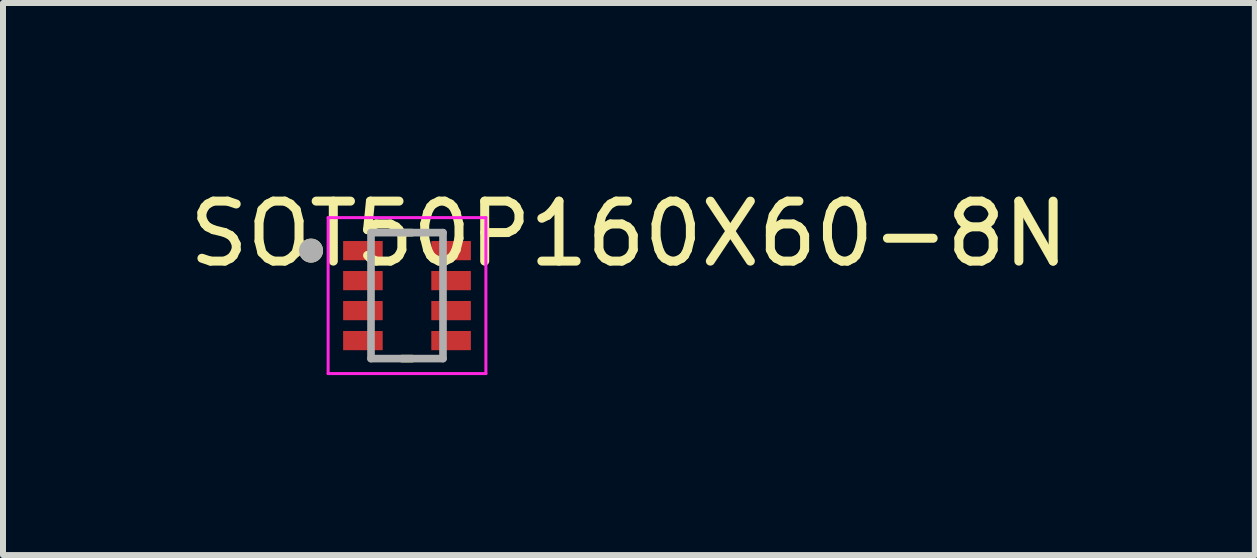
<source format=kicad_pcb>
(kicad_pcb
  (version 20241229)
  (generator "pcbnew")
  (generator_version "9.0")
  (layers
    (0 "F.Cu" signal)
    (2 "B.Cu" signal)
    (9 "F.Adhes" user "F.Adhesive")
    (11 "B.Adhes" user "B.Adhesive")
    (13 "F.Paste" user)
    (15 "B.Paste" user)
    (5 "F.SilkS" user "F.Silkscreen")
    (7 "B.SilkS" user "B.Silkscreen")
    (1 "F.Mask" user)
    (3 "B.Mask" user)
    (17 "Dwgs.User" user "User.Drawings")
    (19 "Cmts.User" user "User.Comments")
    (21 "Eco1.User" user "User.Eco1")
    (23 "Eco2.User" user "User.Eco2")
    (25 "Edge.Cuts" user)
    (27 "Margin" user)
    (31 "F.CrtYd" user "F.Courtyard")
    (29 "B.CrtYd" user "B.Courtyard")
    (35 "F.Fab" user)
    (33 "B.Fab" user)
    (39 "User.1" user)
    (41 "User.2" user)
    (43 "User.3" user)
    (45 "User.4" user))
  (footprint "SOT50P160X60-8N"
    (layer "F.Cu")
    (at 3.735 1.878)
    (property "Reference" "SOT50P160X60-8N" (at 3.7 -1.03 0) (layer "F.SilkS") (effects (font (size 1 1) (thickness 0.15))))
    (attr smd)
    (fp_poly (pts (xy -1.115 -0.96) (xy -0.355 -0.96) (xy -0.355 -0.54) (xy -1.115 -0.54)) (stroke (width 0.01) (type solid)) (fill yes) (layer "F.Mask"))
    (fp_poly (pts (xy -1.115 -0.46) (xy -0.355 -0.46) (xy -0.355 -0.04) (xy -1.115 -0.04)) (stroke (width 0.01) (type solid)) (fill yes) (layer "F.Mask"))
    (fp_poly (pts (xy -1.115 0.04) (xy -0.355 0.04) (xy -0.355 0.46) (xy -1.115 0.46)) (stroke (width 0.01) (type solid)) (fill yes) (layer "F.Mask"))
    (fp_poly (pts (xy -1.115 0.54) (xy -0.355 0.54) (xy -0.355 0.96) (xy -1.115 0.96)) (stroke (width 0.01) (type solid)) (fill yes) (layer "F.Mask"))
    (fp_poly (pts (xy 0.355 -0.96) (xy 1.115 -0.96) (xy 1.115 -0.54) (xy 0.355 -0.54)) (stroke (width 0.01) (type solid)) (fill yes) (layer "F.Mask"))
    (fp_poly (pts (xy 0.355 -0.46) (xy 1.115 -0.46) (xy 1.115 -0.04) (xy 0.355 -0.04)) (stroke (width 0.01) (type solid)) (fill yes) (layer "F.Mask"))
    (fp_poly (pts (xy 0.355 0.04) (xy 1.115 0.04) (xy 1.115 0.46) (xy 0.355 0.46)) (stroke (width 0.01) (type solid)) (fill yes) (layer "F.Mask"))
    (fp_poly (pts (xy 0.355 0.54) (xy 1.115 0.54) (xy 1.115 0.96) (xy 0.355 0.96)) (stroke (width 0.01) (type solid)) (fill yes) (layer "F.Mask"))
    (fp_line (start -0.085 -1.05) (end 0.085 -1.05) (stroke (width 0.127) (type solid)) (layer "F.SilkS"))
    (fp_line (start 0.085 1.05) (end -0.085 1.05) (stroke (width 0.127) (type solid)) (layer "F.SilkS"))
    (fp_circle (center -1.6 -0.75) (end -1.5 -0.75) (stroke (width 0.2) (type solid)) (fill no) (layer "F.SilkS"))
    (fp_line (start -1.315 -1.3) (end 1.315 -1.3) (stroke (width 0.05) (type solid)) (layer "F.CrtYd"))
    (fp_line (start -1.315 1.3) (end -1.315 -1.3) (stroke (width 0.05) (type solid)) (layer "F.CrtYd"))
    (fp_line (start 1.315 -1.3) (end 1.315 1.3) (stroke (width 0.05) (type solid)) (layer "F.CrtYd"))
    (fp_line (start 1.315 1.3) (end -1.315 1.3) (stroke (width 0.05) (type solid)) (layer "F.CrtYd"))
    (fp_line (start -0.6 -1.05) (end 0.6 -1.05) (stroke (width 0.127) (type solid)) (layer "F.Fab"))
    (fp_line (start -0.6 1.05) (end -0.6 -1.05) (stroke (width 0.127) (type solid)) (layer "F.Fab"))
    (fp_line (start 0.6 -1.05) (end 0.6 1.05) (stroke (width 0.127) (type solid)) (layer "F.Fab"))
    (fp_line (start 0.6 1.05) (end -0.6 1.05) (stroke (width 0.127) (type solid)) (layer "F.Fab"))
    (fp_circle (center -1.6 -0.75) (end -1.5 -0.75) (stroke (width 0.2) (type solid)) (fill no) (layer "F.Fab"))
    (pad "1" smd rect (at -0.735 -0.75) (size 0.66 0.32) (layers "F.Cu" "F.Paste"))
    (pad "2" smd rect (at -0.735 -0.25) (size 0.66 0.32) (layers "F.Cu" "F.Paste"))
    (pad "3" smd rect (at -0.735 0.25) (size 0.66 0.32) (layers "F.Cu" "F.Paste"))
    (pad "4" smd rect (at -0.735 0.75) (size 0.66 0.32) (layers "F.Cu" "F.Paste"))
    (pad "5" smd rect (at 0.735 0.75) (size 0.66 0.32) (layers "F.Cu" "F.Paste"))
    (pad "6" smd rect (at 0.735 0.25) (size 0.66 0.32) (layers "F.Cu" "F.Paste"))
    (pad "7" smd rect (at 0.735 -0.25) (size 0.66 0.32) (layers "F.Cu" "F.Paste"))
    (pad "8" smd rect (at 0.735 -0.75) (size 0.66 0.32) (layers "F.Cu" "F.Paste")))
  (gr_rect
    (start -3 -3)
    (end 17.869 6.203)
    (stroke (width 0.1) (type default))
    (fill no)
    (layer "Edge.Cuts")))
</source>
